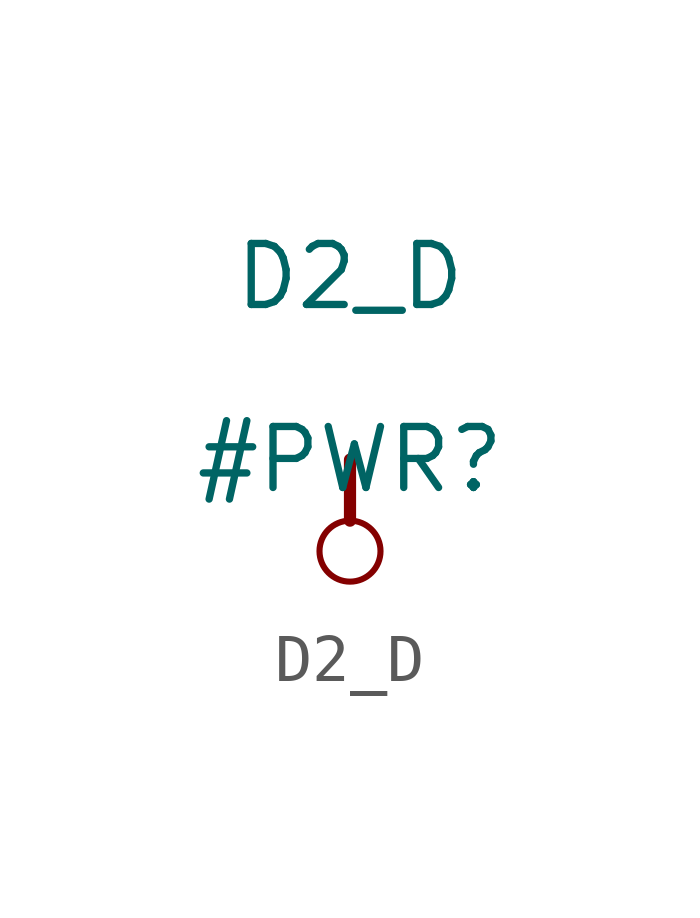
<source format=kicad_sym>
(kicad_symbol_lib
  (version 20211014)
  (generator kicad_symbol_editor)
  (symbol "D2_D"
    (power)
    (property "Reference" "#PWR"
      (at 0 0 0)
      (effects (font (size 1.27 1.27))))
    (property "Value" "D2_D"
      (at 0 3.81 0)
      (effects (font (size 1.27 1.27))))
    (symbol "D2_D_0_0"
      (circle (center 0 -1.905) (radius 0.635) (stroke (width 0.127) (type default) (color 0 0 0 0)) (fill (type none)))
      (polyline (pts (xy 0 0) (xy 0 -1.27)) (stroke (width 0.254) (type default) (color 0 0 0 0)) (fill (type none)))
      (pin power_in line (at 0 0 0) (length 0) hide (name "D2_D" (effects (font (size 1.27 1.27)))) (number "" (effects (font (size 1.27 1.27))))))))
</source>
